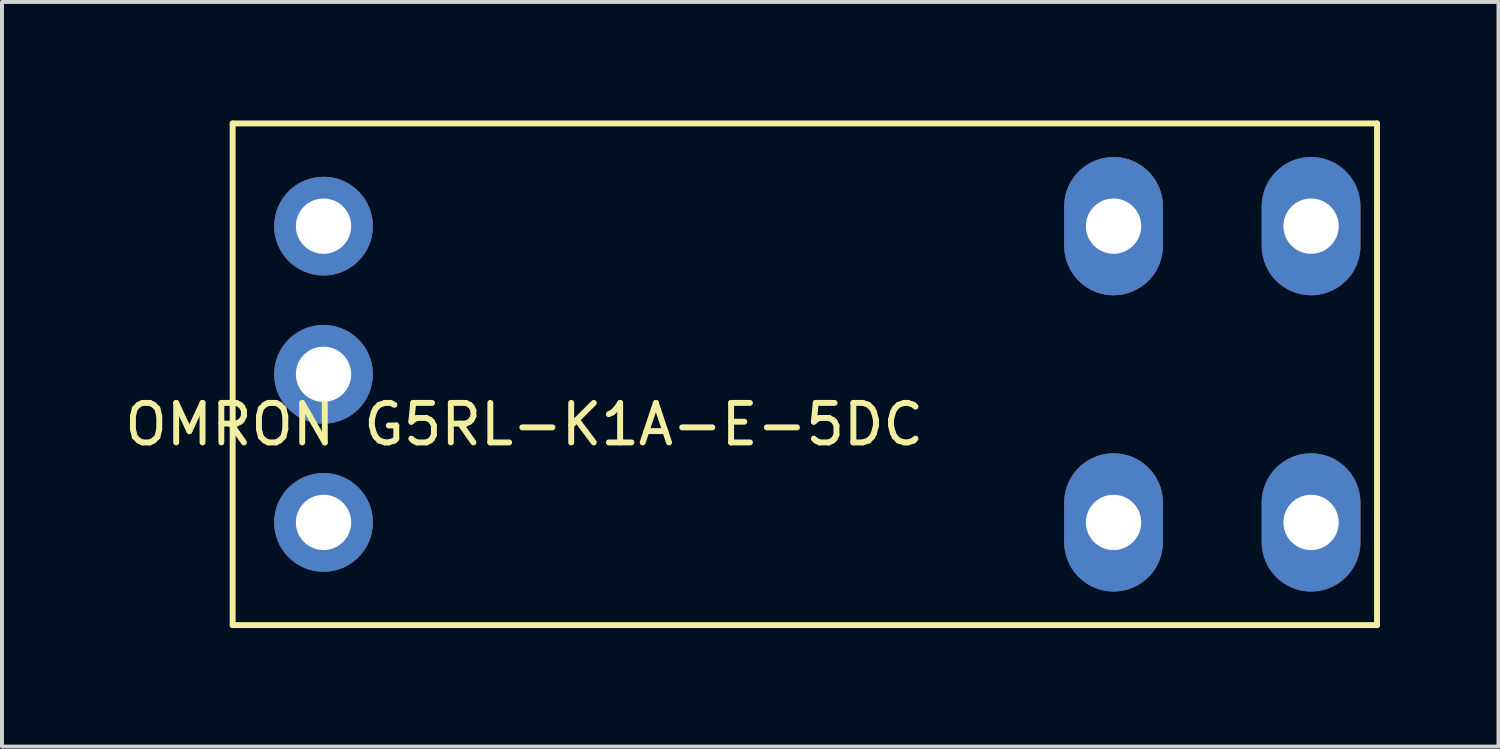
<source format=kicad_pcb>
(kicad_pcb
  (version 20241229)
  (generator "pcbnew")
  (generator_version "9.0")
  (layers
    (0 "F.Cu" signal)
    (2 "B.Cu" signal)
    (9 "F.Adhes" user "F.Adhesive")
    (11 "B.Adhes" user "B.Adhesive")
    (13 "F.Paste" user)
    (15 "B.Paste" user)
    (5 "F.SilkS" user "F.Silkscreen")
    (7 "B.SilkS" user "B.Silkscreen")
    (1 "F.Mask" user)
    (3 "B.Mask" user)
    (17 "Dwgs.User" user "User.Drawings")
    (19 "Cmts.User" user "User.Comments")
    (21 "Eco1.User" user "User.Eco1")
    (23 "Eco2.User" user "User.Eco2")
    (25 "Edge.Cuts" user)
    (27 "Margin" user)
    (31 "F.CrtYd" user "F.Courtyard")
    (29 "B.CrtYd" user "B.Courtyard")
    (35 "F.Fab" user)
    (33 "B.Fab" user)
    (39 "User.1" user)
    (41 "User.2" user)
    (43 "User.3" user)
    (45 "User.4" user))
  (footprint "OMRON G5RL-K1A-E-5DC"
    (layer "F.Cu")
    (at 16.57 6.425)
    (property "Reference" "OMRON G5RL-K1A-E-5DC" (at -6.35 1.27 0) (layer "F.SilkS") (effects (font (size 1 1) (thickness 0.15))))
    (attr through_hole)
    (fp_line (start -13.73 -6.35) (end 15.24 -6.35) (stroke (width 0.15) (type solid)) (layer "F.SilkS"))
    (fp_line (start -13.73 6.35) (end -13.73 -6.35) (stroke (width 0.15) (type solid)) (layer "F.SilkS"))
    (fp_line (start 15.24 -6.35) (end 15.24 6.35) (stroke (width 0.15) (type solid)) (layer "F.SilkS"))
    (fp_line (start 15.24 6.35) (end -13.73 6.35) (stroke (width 0.15) (type solid)) (layer "F.SilkS"))
    (pad "1" thru_hole circle (at -11.43 -3.75) (size 2.5 2.5) (drill 1.4) (layers "*.Cu" "*.Mask"))
    (pad "3" thru_hole oval (at 8.57 -3.75) (size 2.5 3.5) (drill 1.4) (layers "*.Cu" "*.Mask"))
    (pad "4" thru_hole oval (at 13.57 -3.75) (size 2.5 3.5) (drill 1.4) (layers "*.Cu" "*.Mask"))
    (pad "5" thru_hole oval (at 13.57 3.75) (size 2.5 3.5) (drill 1.4) (layers "*.Cu" "*.Mask"))
    (pad "6" thru_hole oval (at 8.57 3.75) (size 2.5 3.5) (drill 1.4) (layers "*.Cu" "*.Mask"))
    (pad "8" thru_hole circle (at -11.43 3.75) (size 2.5 2.5) (drill 1.4) (layers "*.Cu" "*.Mask"))
    (pad "9" thru_hole circle (at -11.43 0) (size 2.5 2.5) (drill 1.4) (layers "*.Cu" "*.Mask")))
  (gr_rect
    (start -3 -3)
    (end 34.885 15.85)
    (stroke (width 0.1) (type default))
    (fill no)
    (layer "Edge.Cuts")))
</source>
